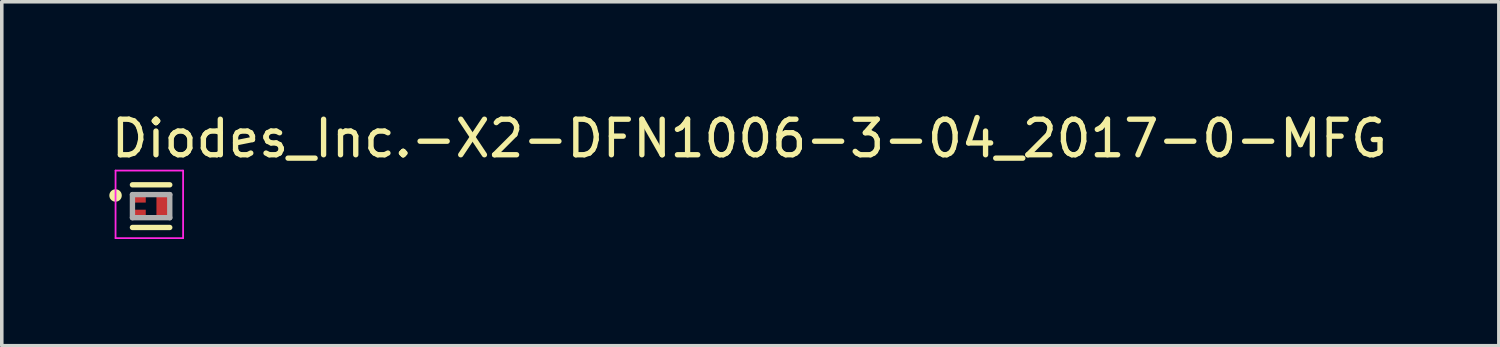
<source format=kicad_pcb>
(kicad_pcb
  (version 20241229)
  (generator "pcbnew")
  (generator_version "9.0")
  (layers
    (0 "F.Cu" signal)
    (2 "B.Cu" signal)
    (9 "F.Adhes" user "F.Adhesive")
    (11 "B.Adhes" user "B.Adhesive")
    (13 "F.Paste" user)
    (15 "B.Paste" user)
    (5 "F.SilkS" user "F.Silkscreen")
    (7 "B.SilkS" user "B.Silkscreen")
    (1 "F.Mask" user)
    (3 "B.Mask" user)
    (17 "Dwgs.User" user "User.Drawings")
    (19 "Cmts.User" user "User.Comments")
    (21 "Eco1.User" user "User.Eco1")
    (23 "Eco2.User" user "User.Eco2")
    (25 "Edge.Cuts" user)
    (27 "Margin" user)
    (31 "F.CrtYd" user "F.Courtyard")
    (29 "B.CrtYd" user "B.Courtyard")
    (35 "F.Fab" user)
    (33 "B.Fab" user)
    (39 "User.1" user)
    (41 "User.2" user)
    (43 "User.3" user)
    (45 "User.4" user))
  (footprint "Diodes_Inc.-X2-DFN1006-3-04_2017-0-MFG"
    (layer "F.Cu")
    (at 1.2 2.748)
    (property "Reference" "Diodes_Inc.-X2-DFN1006-3-04_2017-0-MFG" (at -1.2 -1.9 0) (layer "F.SilkS") (effects (font (size 1 1) (thickness 0.15)) (justify left)))
    (attr through_hole)
    (fp_line (start 0.525 -0.6) (end -0.525 -0.6) (stroke (width 0.15) (type solid)) (layer "F.SilkS"))
    (fp_line (start 0.525 0.6) (end -0.525 0.6) (stroke (width 0.15) (type solid)) (layer "F.SilkS"))
    (fp_circle (center -1 -0.3) (end -1 -0.4) (stroke (width 0.15) (type solid)) (fill yes) (layer "F.SilkS"))
    (fp_line (start -1 -1) (end -1 0.9) (stroke (width 0.05) (type solid)) (layer "F.CrtYd"))
    (fp_line (start -1 -1) (end 0.9 -1) (stroke (width 0.05) (type solid)) (layer "F.CrtYd"))
    (fp_line (start -1 0.9) (end 0.9 0.9) (stroke (width 0.05) (type solid)) (layer "F.CrtYd"))
    (fp_line (start 0.9 0.9) (end 0.9 -1) (stroke (width 0.05) (type solid)) (layer "F.CrtYd"))
    (fp_line (start -0.525 -0.325) (end 0.525 -0.325) (stroke (width 0.15) (type solid)) (layer "F.Fab"))
    (fp_line (start -0.525 0.325) (end -0.525 -0.325) (stroke (width 0.15) (type solid)) (layer "F.Fab"))
    (fp_line (start 0.525 -0.325) (end 0.525 0.325) (stroke (width 0.15) (type solid)) (layer "F.Fab"))
    (fp_line (start 0.525 0.325) (end -0.525 0.325) (stroke (width 0.15) (type solid)) (layer "F.Fab"))
    (pad "1" smd rect (at -0.35 -0.225) (size 0.4 0.25) (layers "F.Cu" "F.Mask" "F.Paste"))
    (pad "2" smd rect (at 0.35 0) (size 0.4 0.7) (layers "F.Cu" "F.Mask" "F.Paste"))
    (pad "3" smd rect (at -0.35 0.225) (size 0.4 0.25) (layers "F.Cu" "F.Mask" "F.Paste")))
  (gr_rect
    (start -3 -3)
    (end 39.107 6.673)
    (stroke (width 0.1) (type default))
    (fill no)
    (layer "Edge.Cuts")))
</source>
